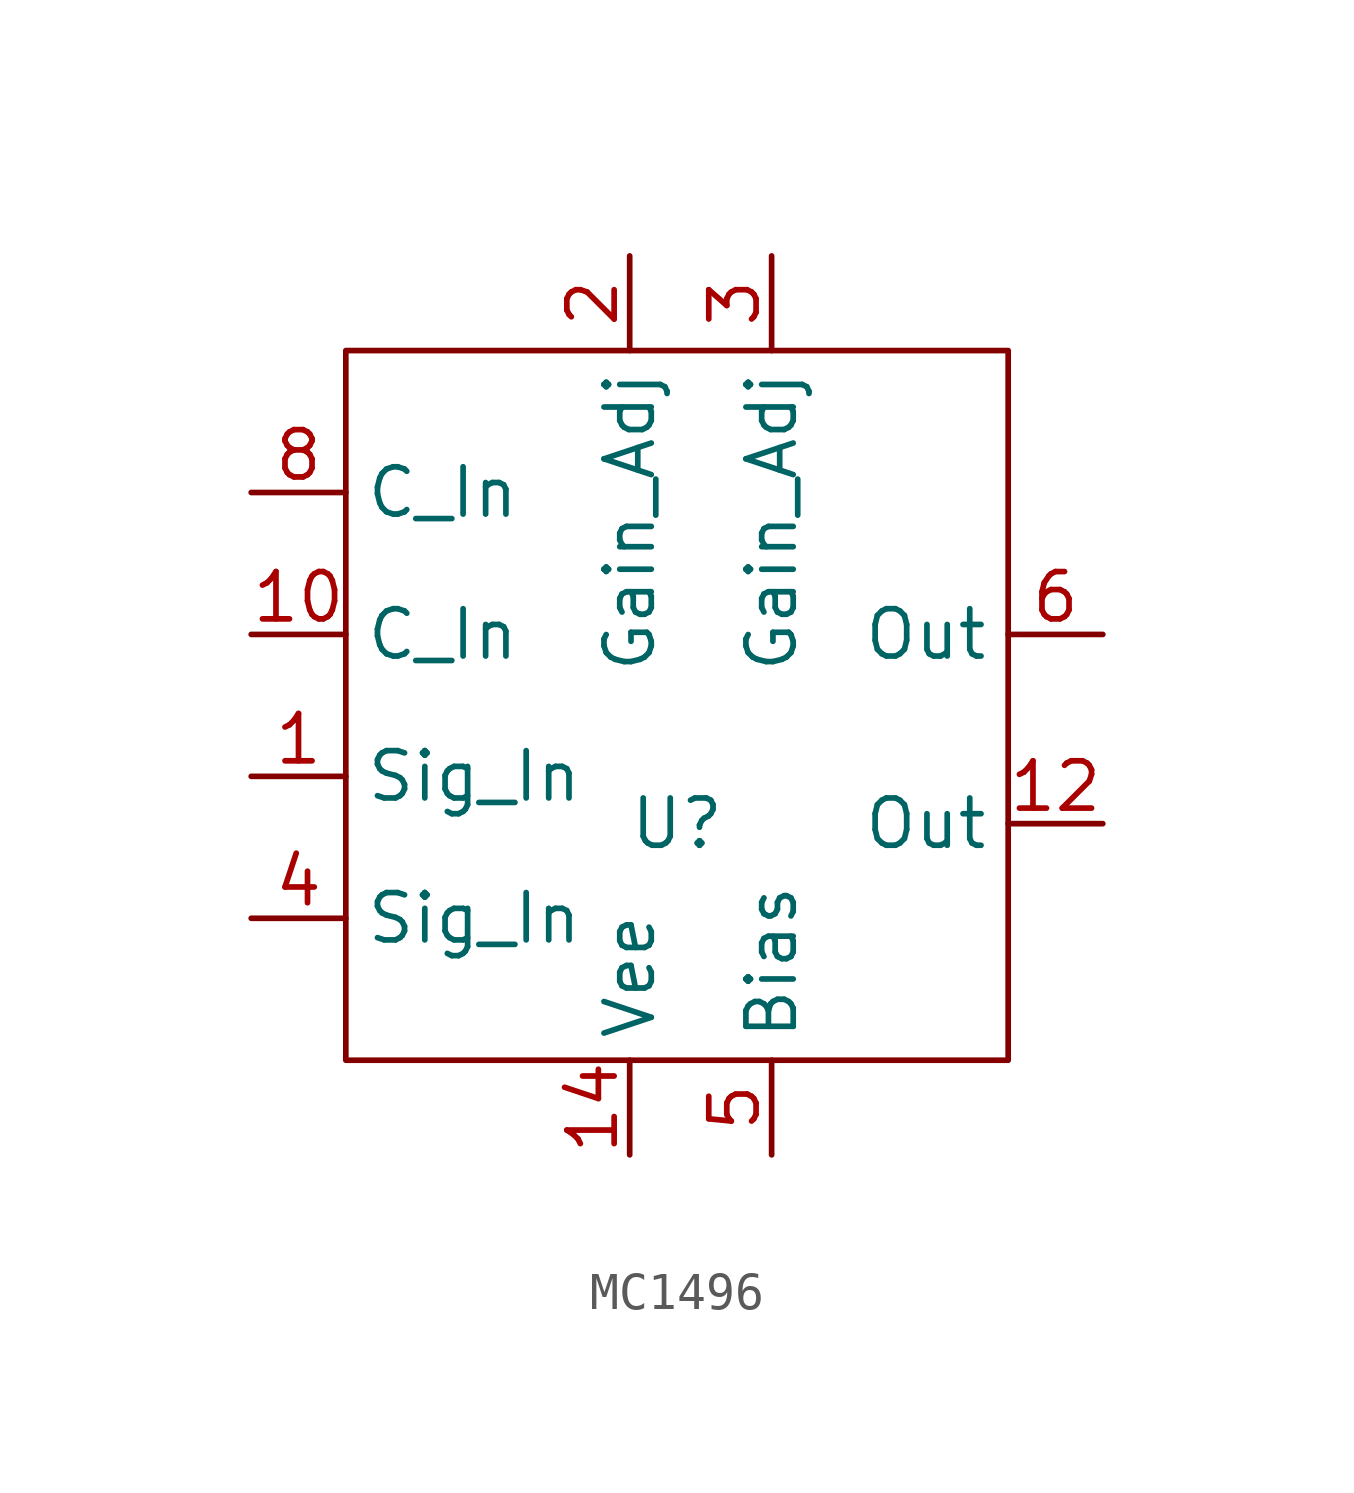
<source format=kicad_sym>
(kicad_symbol_lib
  (version 20220914)
  (generator kicad_symbol_editor)
  (symbol "MC1496"
    (property "Reference" "U"
      (at -2.54 -5.08 0)
      (effects (font (size 1.27 1.27))))
    (property "Value" ""
      (at 0 0 0)
      (effects (font (size 1.27 1.27))))
    (symbol "MC1496_0_1"
      (rectangle (start -11.43 7.62) (end 6.35 -11.43) (stroke (width 0) (type default)) (fill (type none))))
    (symbol "MC1496_1_1"
      (pin input line (at -13.97 -3.81 0) (length 2.54) (name "Sig_In" (effects (font (size 1.27 1.27)))) (number "1" (effects (font (size 1.27 1.27)))))
      (pin input line (at -13.97 0 0) (length 2.54) (name "C_In" (effects (font (size 1.27 1.27)))) (number "10" (effects (font (size 1.27 1.27)))))
      (pin bidirectional line (at 8.89 -5.08 180) (length 2.54) (name "Out" (effects (font (size 1.27 1.27)))) (number "12" (effects (font (size 1.27 1.27)))))
      (pin power_in line (at -3.81 -13.97 90) (length 2.54) (name "Vee" (effects (font (size 1.27 1.27)))) (number "14" (effects (font (size 1.27 1.27)))))
      (pin input line (at -3.81 10.16 270) (length 2.54) (name "Gain_Adj" (effects (font (size 1.27 1.27)))) (number "2" (effects (font (size 1.27 1.27)))))
      (pin input line (at 0 10.16 270) (length 2.54) (name "Gain_Adj" (effects (font (size 1.27 1.27)))) (number "3" (effects (font (size 1.27 1.27)))))
      (pin input line (at -13.97 -7.62 0) (length 2.54) (name "Sig_In" (effects (font (size 1.27 1.27)))) (number "4" (effects (font (size 1.27 1.27)))))
      (pin input line (at 0 -13.97 90) (length 2.54) (name "Bias" (effects (font (size 1.27 1.27)))) (number "5" (effects (font (size 1.27 1.27)))))
      (pin output line (at 8.89 0 180) (length 2.54) (name "Out" (effects (font (size 1.27 1.27)))) (number "6" (effects (font (size 1.27 1.27)))))
      (pin input line (at -13.97 3.81 0) (length 2.54) (name "C_In" (effects (font (size 1.27 1.27)))) (number "8" (effects (font (size 1.27 1.27))))))))
</source>
